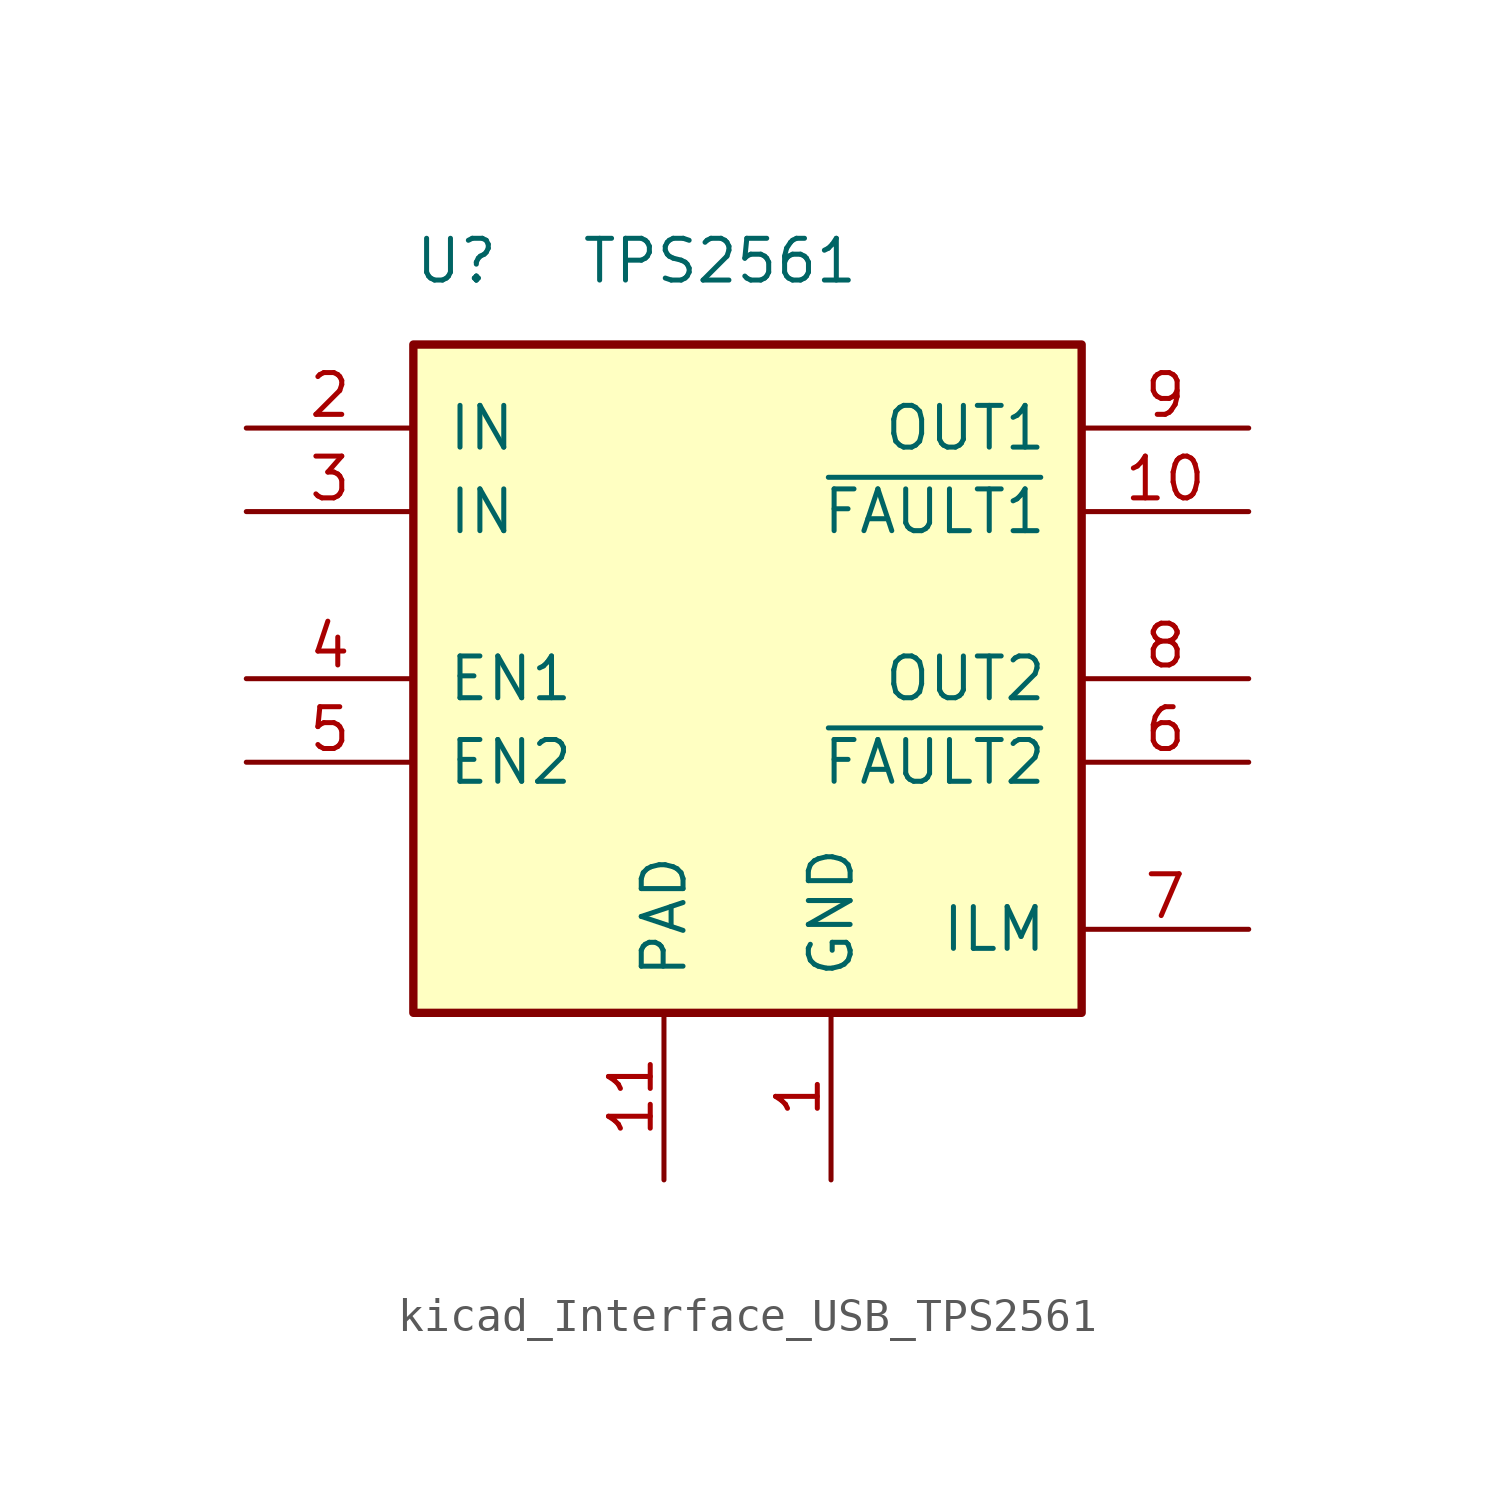
<source format=kicad_sym>
(kicad_symbol_lib
  (version 20220914)
  (generator kicad_symbol_editor)
  (symbol "kicad_Interface_USB_TPS2561"
    (pin_names
      (offset 1.016))
    (property "Reference" "U"
      (at -10.16 12.7 0)
      (effects (font (size 1.27 1.27)) (justify left)))
    (property "Value" "TPS2561"
      (at -5.08 12.7 0)
      (effects (font (size 1.27 1.27)) (justify left)))
    (symbol "kicad_Interface_USB_TPS2561_0_1"
      (rectangle (start -10.16 10.16) (end 10.16 -10.16) (stroke (width 0.254) (type default)) (fill (type background))))
    (symbol "kicad_Interface_USB_TPS2561_1_1"
      (pin power_in line (at 2.54 -15.24 90) (length 5.08) (name "GND" (effects (font (size 1.27 1.27)))) (number "1" (effects (font (size 1.27 1.27)))))
      (pin output line (at 15.24 5.08 180) (length 5.08) (name "~{FAULT1}" (effects (font (size 1.27 1.27)))) (number "10" (effects (font (size 1.27 1.27)))))
      (pin power_in line (at -2.54 -15.24 90) (length 5.08) (name "PAD" (effects (font (size 1.27 1.27)))) (number "11" (effects (font (size 1.27 1.27)))))
      (pin power_in line (at -15.24 7.62 0) (length 5.08) (name "IN" (effects (font (size 1.27 1.27)))) (number "2" (effects (font (size 1.27 1.27)))))
      (pin power_in line (at -15.24 5.08 0) (length 5.08) (name "IN" (effects (font (size 1.27 1.27)))) (number "3" (effects (font (size 1.27 1.27)))))
      (pin input line (at -15.24 0 0) (length 5.08) (name "EN1" (effects (font (size 1.27 1.27)))) (number "4" (effects (font (size 1.27 1.27)))))
      (pin input line (at -15.24 -2.54 0) (length 5.08) (name "EN2" (effects (font (size 1.27 1.27)))) (number "5" (effects (font (size 1.27 1.27)))))
      (pin output line (at 15.24 -2.54 180) (length 5.08) (name "~{FAULT2}" (effects (font (size 1.27 1.27)))) (number "6" (effects (font (size 1.27 1.27)))))
      (pin output line (at 15.24 -7.62 180) (length 5.08) (name "ILM" (effects (font (size 1.27 1.27)))) (number "7" (effects (font (size 1.27 1.27)))))
      (pin output line (at 15.24 0 180) (length 5.08) (name "OUT2" (effects (font (size 1.27 1.27)))) (number "8" (effects (font (size 1.27 1.27)))))
      (pin output line (at 15.24 7.62 180) (length 5.08) (name "OUT1" (effects (font (size 1.27 1.27)))) (number "9" (effects (font (size 1.27 1.27))))))))
</source>
